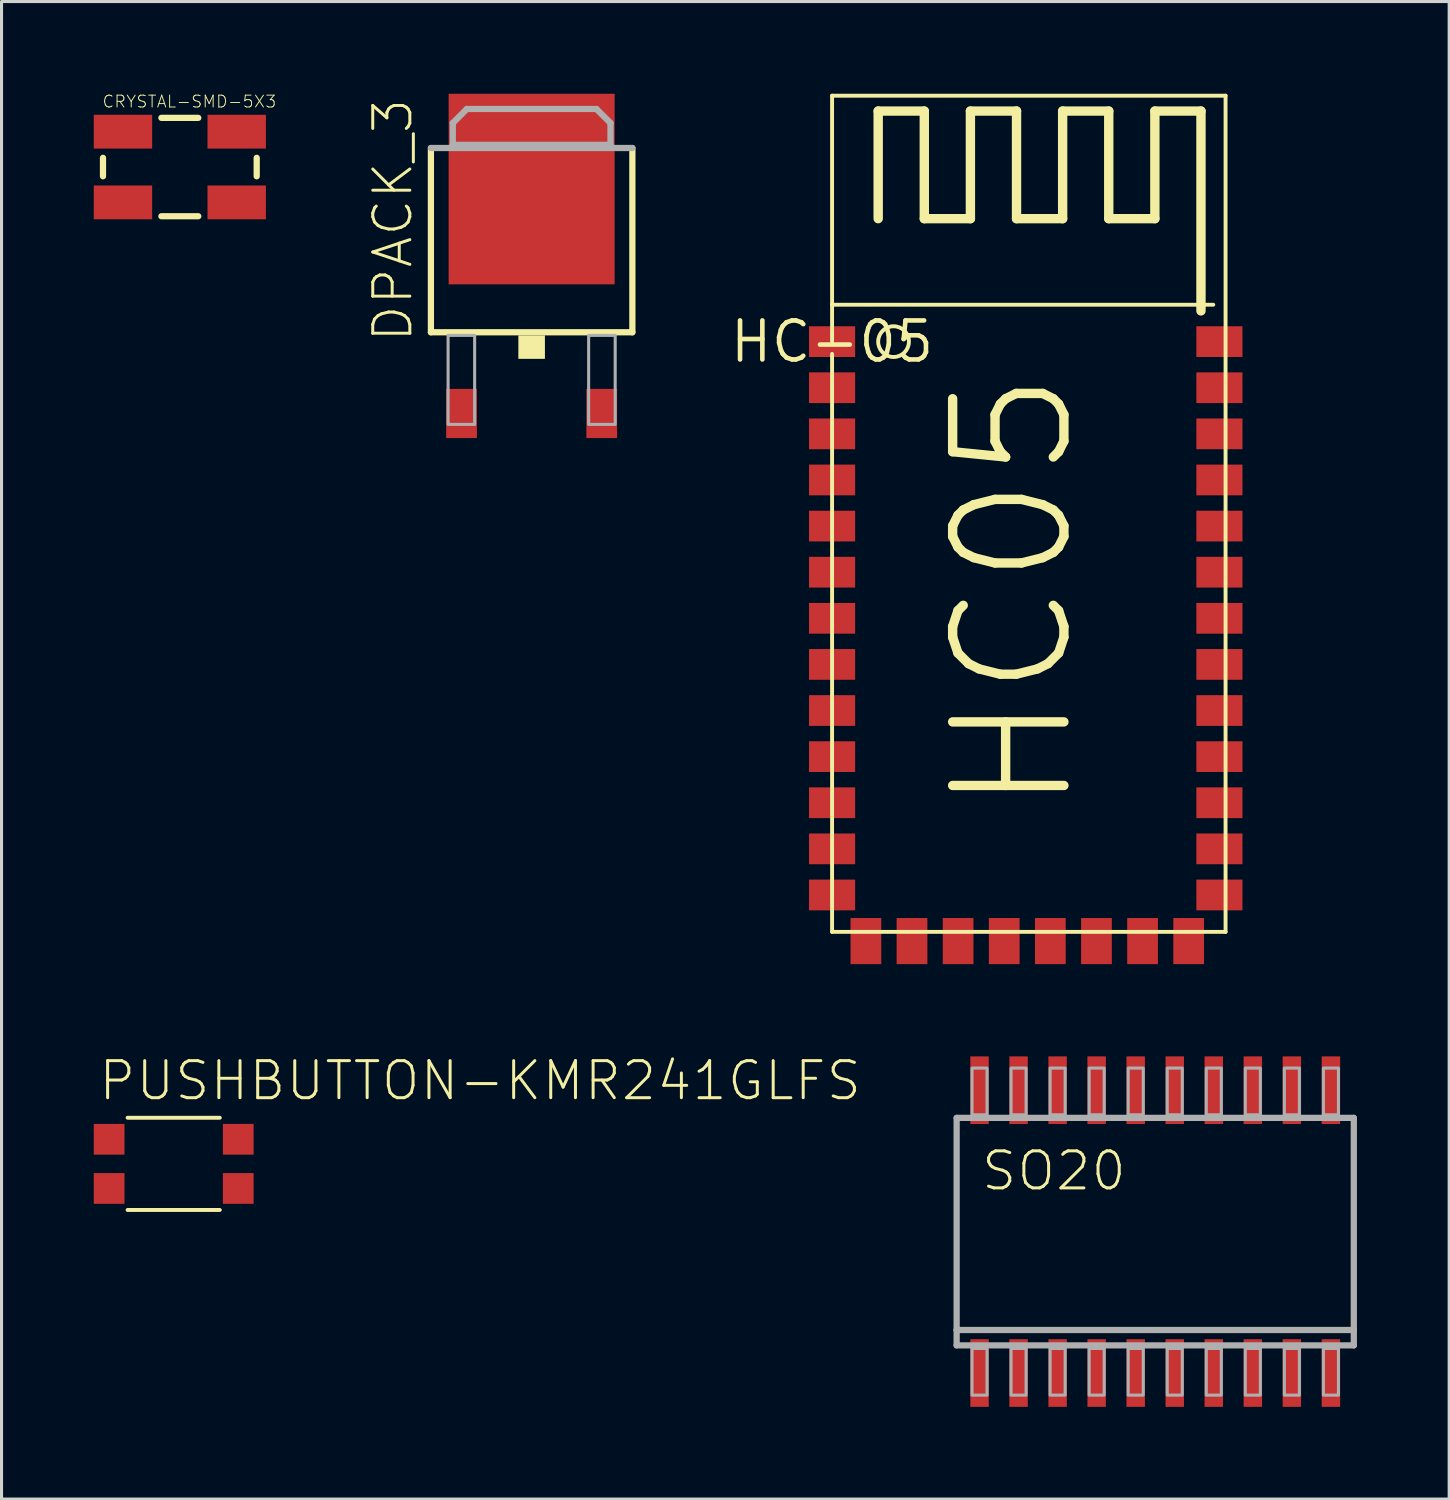
<source format=kicad_pcb>
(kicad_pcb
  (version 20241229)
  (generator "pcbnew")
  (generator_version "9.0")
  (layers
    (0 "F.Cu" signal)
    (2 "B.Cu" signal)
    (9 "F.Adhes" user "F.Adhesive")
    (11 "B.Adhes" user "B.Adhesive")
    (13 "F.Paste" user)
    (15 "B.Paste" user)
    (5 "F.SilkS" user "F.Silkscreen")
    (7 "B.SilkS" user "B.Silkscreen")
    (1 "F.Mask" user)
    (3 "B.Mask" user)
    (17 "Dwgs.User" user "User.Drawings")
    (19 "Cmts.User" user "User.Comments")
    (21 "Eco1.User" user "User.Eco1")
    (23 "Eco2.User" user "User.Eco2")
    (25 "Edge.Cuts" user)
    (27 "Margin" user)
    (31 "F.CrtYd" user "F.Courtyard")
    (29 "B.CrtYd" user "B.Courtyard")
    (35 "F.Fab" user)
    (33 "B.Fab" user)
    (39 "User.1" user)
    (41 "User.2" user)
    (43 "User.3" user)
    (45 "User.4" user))
  (footprint "DPACK_3"
    (layer "F.Cu")
    (at 14.244 5.6)
    (property "Reference" "DPACK_3" (at -3.81 2.54 90) (layer "F.SilkS") (effects (font (size 1.206 1.206) (thickness 0.097)) (justify left bottom)))
    (attr through_hole)
    (fp_line (start -3.277 2.159) (end -3.277 -3.835) (stroke (width 0.203) (type solid)) (layer "F.SilkS"))
    (fp_line (start 3.277 -3.835) (end 3.277 2.159) (stroke (width 0.203) (type solid)) (layer "F.SilkS"))
    (fp_line (start 3.277 2.159) (end -3.277 2.159) (stroke (width 0.203) (type solid)) (layer "F.SilkS"))
    (fp_poly (pts (xy -0.432 3.023) (xy 0.432 3.023) (xy 0.432 2.261) (xy -0.432 2.261)) (stroke (width 0) (type solid)) (fill yes) (layer "F.SilkS"))
    (fp_line (start -3.277 -3.835) (end 3.277 -3.835) (stroke (width 0.203) (type solid)) (layer "F.Fab"))
    (fp_line (start -2.565 -4.648) (end -2.108 -5.105) (stroke (width 0.203) (type solid)) (layer "F.Fab"))
    (fp_line (start -2.565 -3.937) (end -2.565 -4.648) (stroke (width 0.203) (type solid)) (layer "F.Fab"))
    (fp_line (start -2.108 -5.105) (end 2.108 -5.105) (stroke (width 0.203) (type solid)) (layer "F.Fab"))
    (fp_line (start 2.108 -5.105) (end 2.565 -4.648) (stroke (width 0.203) (type solid)) (layer "F.Fab"))
    (fp_line (start 2.565 -4.648) (end 2.565 -3.937) (stroke (width 0.203) (type solid)) (layer "F.Fab"))
    (fp_line (start 2.565 -3.937) (end -2.565 -3.937) (stroke (width 0.203) (type solid)) (layer "F.Fab"))
    (fp_poly (pts (xy -2.718 5.156) (xy -1.854 5.156) (xy -1.854 2.261) (xy -2.718 2.261)) (stroke (width 0.1) (type solid)) (fill no) (layer "F.Fab"))
    (fp_poly (pts (xy 1.854 5.156) (xy 2.718 5.156) (xy 2.718 2.261) (xy 1.854 2.261)) (stroke (width 0.1) (type solid)) (fill no) (layer "F.Fab"))
    (fp_poly (pts (xy -2.565 -3.937) (xy -2.565 -4.648) (xy -2.108 -5.105) (xy 2.108 -5.105) (xy 2.565 -4.648) (xy 2.565 -3.937)) (stroke (width 0.1) (type solid)) (fill no) (layer "F.Fab"))
    (pad "1" smd rect (at -2.28 4.8) (size 1 1.6) (layers "F.Cu" "F.Mask" "F.Paste"))
    (pad "3" smd rect (at 2.28 4.8) (size 1 1.6) (layers "F.Cu" "F.Mask" "F.Paste"))
    (pad "4" smd rect (at 0 -2.5) (size 5.4 6.2) (layers "F.Cu" "F.Mask" "F.Paste")))
  (footprint "HC-05"
    (layer "F.Cu")
    (at 24.017 8.063)
    (property "Reference" "HC-05" (at 0 0 0) (layer "F.SilkS") (effects (font (size 1.27 1.27) (thickness 0.15))))
    (attr through_hole)
    (fp_line (start 0 -8) (end 12.8 -8) (stroke (width 0.127) (type solid)) (layer "F.SilkS"))
    (fp_line (start 0 -1.2) (end 0 -8) (stroke (width 0.127) (type solid)) (layer "F.SilkS"))
    (fp_line (start 0 -1.2) (end 12.4 -1.2) (stroke (width 0.127) (type solid)) (layer "F.SilkS"))
    (fp_line (start 0 0) (end 0 -1.2) (stroke (width 0.127) (type solid)) (layer "F.SilkS"))
    (fp_line (start 0 19.2) (end 0 0.4) (stroke (width 0.127) (type solid)) (layer "F.SilkS"))
    (fp_line (start 1.5 -7.5) (end 1.5 -4) (stroke (width 0.305) (type solid)) (layer "F.SilkS"))
    (fp_line (start 3 -7.5) (end 1.5 -7.5) (stroke (width 0.305) (type solid)) (layer "F.SilkS"))
    (fp_line (start 3 -4) (end 3 -7.5) (stroke (width 0.305) (type solid)) (layer "F.SilkS"))
    (fp_line (start 4.5 -7.5) (end 4.5 -4) (stroke (width 0.305) (type solid)) (layer "F.SilkS"))
    (fp_line (start 4.5 -4) (end 3 -4) (stroke (width 0.305) (type solid)) (layer "F.SilkS"))
    (fp_line (start 6 -7.5) (end 4.5 -7.5) (stroke (width 0.305) (type solid)) (layer "F.SilkS"))
    (fp_line (start 6 -4) (end 6 -7.5) (stroke (width 0.305) (type solid)) (layer "F.SilkS"))
    (fp_line (start 7.5 -7.5) (end 7.5 -4) (stroke (width 0.305) (type solid)) (layer "F.SilkS"))
    (fp_line (start 7.5 -4) (end 6 -4) (stroke (width 0.305) (type solid)) (layer "F.SilkS"))
    (fp_line (start 9 -7.5) (end 7.5 -7.5) (stroke (width 0.305) (type solid)) (layer "F.SilkS"))
    (fp_line (start 9 -4) (end 9 -7.5) (stroke (width 0.305) (type solid)) (layer "F.SilkS"))
    (fp_line (start 10.5 -7.5) (end 10.5 -4) (stroke (width 0.305) (type solid)) (layer "F.SilkS"))
    (fp_line (start 10.5 -4) (end 9 -4) (stroke (width 0.305) (type solid)) (layer "F.SilkS"))
    (fp_line (start 12 -7.5) (end 10.5 -7.5) (stroke (width 0.305) (type solid)) (layer "F.SilkS"))
    (fp_line (start 12 -1) (end 12 -7.5) (stroke (width 0.305) (type solid)) (layer "F.SilkS"))
    (fp_line (start 12.8 -8) (end 12.8 19.2) (stroke (width 0.127) (type solid)) (layer "F.SilkS"))
    (fp_line (start 12.8 19.2) (end 0 19.2) (stroke (width 0.127) (type solid)) (layer "F.SilkS"))
    (fp_circle (center 2 0) (end 2.5 0) (stroke (width 0.127) (type solid)) (fill no) (layer "F.SilkS"))
    (fp_text user "HC05" (at 8 15.5 90) (layer "F.SilkS") (effects (font (size 3.619 3.619) (thickness 0.305)) (justify left bottom)))
    (pad "3.3" smd rect (at 0 16.5) (size 1.5 1) (layers "F.Cu" "F.Mask" "F.Paste"))
    (pad "GND" smd rect (at 0 18) (size 1.5 1) (layers "F.Cu" "F.Mask" "F.Paste"))
    (pad "KEY" smd rect (at 12.6 0) (size 1.5 1) (layers "F.Cu" "F.Mask" "F.Paste"))
    (pad "P$3" smd rect (at 0 3) (size 1.5 1) (layers "F.Cu" "F.Mask" "F.Paste"))
    (pad "P$4" smd rect (at 0 4.5) (size 1.5 1) (layers "F.Cu" "F.Mask" "F.Paste"))
    (pad "P$5" smd rect (at 0 6) (size 1.5 1) (layers "F.Cu" "F.Mask" "F.Paste"))
    (pad "P$6" smd rect (at 0 7.5) (size 1.5 1) (layers "F.Cu" "F.Mask" "F.Paste"))
    (pad "P$7" smd rect (at 0 9) (size 1.5 1) (layers "F.Cu" "F.Mask" "F.Paste"))
    (pad "P$8" smd rect (at 0 10.5) (size 1.5 1) (layers "F.Cu" "F.Mask" "F.Paste"))
    (pad "P$9" smd rect (at 0 12) (size 1.5 1) (layers "F.Cu" "F.Mask" "F.Paste"))
    (pad "P$10" smd rect (at 0 13.5) (size 1.5 1) (layers "F.Cu" "F.Mask" "F.Paste"))
    (pad "P$11" smd rect (at 0 15) (size 1.5 1) (layers "F.Cu" "F.Mask" "F.Paste"))
    (pad "P$14" smd rect (at 1.1 19.5 90) (size 1.5 1) (layers "F.Cu" "F.Mask" "F.Paste"))
    (pad "P$15" smd rect (at 2.6 19.5 90) (size 1.5 1) (layers "F.Cu" "F.Mask" "F.Paste"))
    (pad "P$16" smd rect (at 4.1 19.5 90) (size 1.5 1) (layers "F.Cu" "F.Mask" "F.Paste"))
    (pad "P$17" smd rect (at 5.6 19.5 90) (size 1.5 1) (layers "F.Cu" "F.Mask" "F.Paste"))
    (pad "P$18" smd rect (at 7.1 19.5 90) (size 1.5 1) (layers "F.Cu" "F.Mask" "F.Paste"))
    (pad "P$19" smd rect (at 8.6 19.5 90) (size 1.5 1) (layers "F.Cu" "F.Mask" "F.Paste"))
    (pad "P$20" smd rect (at 10.1 19.5 90) (size 1.5 1) (layers "F.Cu" "F.Mask" "F.Paste"))
    (pad "P$21" smd rect (at 11.6 19.5 90) (size 1.5 1) (layers "F.Cu" "F.Mask" "F.Paste"))
    (pad "P$23" smd rect (at 12.6 1.5) (size 1.5 1) (layers "F.Cu" "F.Mask" "F.Paste"))
    (pad "P$24" smd rect (at 12.6 3) (size 1.5 1) (layers "F.Cu" "F.Mask" "F.Paste"))
    (pad "P$25" smd rect (at 12.6 4.5) (size 1.5 1) (layers "F.Cu" "F.Mask" "F.Paste"))
    (pad "P$26" smd rect (at 12.6 6) (size 1.5 1) (layers "F.Cu" "F.Mask" "F.Paste"))
    (pad "P$27" smd rect (at 12.6 7.5) (size 1.5 1) (layers "F.Cu" "F.Mask" "F.Paste"))
    (pad "P$28" smd rect (at 12.6 9) (size 1.5 1) (layers "F.Cu" "F.Mask" "F.Paste"))
    (pad "P$29" smd rect (at 12.6 10.5) (size 1.5 1) (layers "F.Cu" "F.Mask" "F.Paste"))
    (pad "P$30" smd rect (at 12.6 12) (size 1.5 1) (layers "F.Cu" "F.Mask" "F.Paste"))
    (pad "P$31" smd rect (at 12.6 13.5) (size 1.5 1) (layers "F.Cu" "F.Mask" "F.Paste"))
    (pad "P$32" smd rect (at 12.6 15) (size 1.5 1) (layers "F.Cu" "F.Mask" "F.Paste"))
    (pad "P$33" smd rect (at 12.6 16.5) (size 1.5 1) (layers "F.Cu" "F.Mask" "F.Paste"))
    (pad "P$34" smd rect (at 12.6 18) (size 1.5 1) (layers "F.Cu" "F.Mask" "F.Paste"))
    (pad "RX" smd rect (at 0 1.5) (size 1.5 1) (layers "F.Cu" "F.Mask" "F.Paste"))
    (pad "TX" smd rect (at 0 0) (size 1.5 1) (layers "F.Cu" "F.Mask" "F.Paste")))
  (footprint "SO20"
    (layer "F.Cu")
    (at 34.529 37.014)
    (property "Reference" "SO20" (at -5.715 -1.27 180) (layer "F.SilkS") (effects (font (size 1.206 1.206) (thickness 0.097)) (justify left bottom)))
    (attr through_hole)
    (fp_line (start -6.46 -3.7) (end 6.46 -3.7) (stroke (width 0.203) (type solid)) (layer "F.Fab"))
    (fp_line (start -6.46 3.2) (end -6.46 -3.7) (stroke (width 0.203) (type solid)) (layer "F.Fab"))
    (fp_line (start -6.46 3.7) (end -6.46 3.2) (stroke (width 0.203) (type solid)) (layer "F.Fab"))
    (fp_line (start 6.46 -3.7) (end 6.46 3.2) (stroke (width 0.203) (type solid)) (layer "F.Fab"))
    (fp_line (start 6.46 3.2) (end -6.46 3.2) (stroke (width 0.203) (type solid)) (layer "F.Fab"))
    (fp_line (start 6.46 3.2) (end 6.46 3.7) (stroke (width 0.203) (type solid)) (layer "F.Fab"))
    (fp_line (start 6.46 3.7) (end -6.46 3.7) (stroke (width 0.203) (type solid)) (layer "F.Fab"))
    (fp_poly (pts (xy -5.96 -3.8) (xy -5.47 -3.8) (xy -5.47 -5.32) (xy -5.96 -5.32)) (stroke (width 0.1) (type solid)) (fill no) (layer "F.Fab"))
    (fp_poly (pts (xy -5.96 5.32) (xy -5.47 5.32) (xy -5.47 3.8) (xy -5.96 3.8)) (stroke (width 0.1) (type solid)) (fill no) (layer "F.Fab"))
    (fp_poly (pts (xy -4.69 -3.8) (xy -4.2 -3.8) (xy -4.2 -5.32) (xy -4.69 -5.32)) (stroke (width 0.1) (type solid)) (fill no) (layer "F.Fab"))
    (fp_poly (pts (xy -4.69 5.32) (xy -4.2 5.32) (xy -4.2 3.8) (xy -4.69 3.8)) (stroke (width 0.1) (type solid)) (fill no) (layer "F.Fab"))
    (fp_poly (pts (xy -3.42 -3.8) (xy -2.93 -3.8) (xy -2.93 -5.32) (xy -3.42 -5.32)) (stroke (width 0.1) (type solid)) (fill no) (layer "F.Fab"))
    (fp_poly (pts (xy -3.42 5.32) (xy -2.93 5.32) (xy -2.93 3.8) (xy -3.42 3.8)) (stroke (width 0.1) (type solid)) (fill no) (layer "F.Fab"))
    (fp_poly (pts (xy -2.15 -3.8) (xy -1.66 -3.8) (xy -1.66 -5.32) (xy -2.15 -5.32)) (stroke (width 0.1) (type solid)) (fill no) (layer "F.Fab"))
    (fp_poly (pts (xy -2.15 5.32) (xy -1.66 5.32) (xy -1.66 3.8) (xy -2.15 3.8)) (stroke (width 0.1) (type solid)) (fill no) (layer "F.Fab"))
    (fp_poly (pts (xy -0.88 -3.8) (xy -0.39 -3.8) (xy -0.39 -5.32) (xy -0.88 -5.32)) (stroke (width 0.1) (type solid)) (fill no) (layer "F.Fab"))
    (fp_poly (pts (xy -0.88 5.32) (xy -0.39 5.32) (xy -0.39 3.8) (xy -0.88 3.8)) (stroke (width 0.1) (type solid)) (fill no) (layer "F.Fab"))
    (fp_poly (pts (xy 0.39 -3.8) (xy 0.88 -3.8) (xy 0.88 -5.32) (xy 0.39 -5.32)) (stroke (width 0.1) (type solid)) (fill no) (layer "F.Fab"))
    (fp_poly (pts (xy 0.39 5.32) (xy 0.88 5.32) (xy 0.88 3.8) (xy 0.39 3.8)) (stroke (width 0.1) (type solid)) (fill no) (layer "F.Fab"))
    (fp_poly (pts (xy 1.66 -3.8) (xy 2.15 -3.8) (xy 2.15 -5.32) (xy 1.66 -5.32)) (stroke (width 0.1) (type solid)) (fill no) (layer "F.Fab"))
    (fp_poly (pts (xy 1.66 5.32) (xy 2.15 5.32) (xy 2.15 3.8) (xy 1.66 3.8)) (stroke (width 0.1) (type solid)) (fill no) (layer "F.Fab"))
    (fp_poly (pts (xy 2.93 -3.8) (xy 3.42 -3.8) (xy 3.42 -5.32) (xy 2.93 -5.32)) (stroke (width 0.1) (type solid)) (fill no) (layer "F.Fab"))
    (fp_poly (pts (xy 2.93 5.32) (xy 3.42 5.32) (xy 3.42 3.8) (xy 2.93 3.8)) (stroke (width 0.1) (type solid)) (fill no) (layer "F.Fab"))
    (fp_poly (pts (xy 4.2 -3.8) (xy 4.69 -3.8) (xy 4.69 -5.32) (xy 4.2 -5.32)) (stroke (width 0.1) (type solid)) (fill no) (layer "F.Fab"))
    (fp_poly (pts (xy 4.2 5.32) (xy 4.69 5.32) (xy 4.69 3.8) (xy 4.2 3.8)) (stroke (width 0.1) (type solid)) (fill no) (layer "F.Fab"))
    (fp_poly (pts (xy 5.47 -3.8) (xy 5.96 -3.8) (xy 5.96 -5.32) (xy 5.47 -5.32)) (stroke (width 0.1) (type solid)) (fill no) (layer "F.Fab"))
    (fp_poly (pts (xy 5.47 5.32) (xy 5.96 5.32) (xy 5.96 3.8) (xy 5.47 3.8)) (stroke (width 0.1) (type solid)) (fill no) (layer "F.Fab"))
    (pad "1" smd rect (at -5.715 4.6) (size 0.6 2.2) (layers "F.Cu" "F.Mask" "F.Paste"))
    (pad "2" smd rect (at -4.445 4.6) (size 0.6 2.2) (layers "F.Cu" "F.Mask" "F.Paste"))
    (pad "3" smd rect (at -3.175 4.6) (size 0.6 2.2) (layers "F.Cu" "F.Mask" "F.Paste"))
    (pad "4" smd rect (at -1.905 4.6) (size 0.6 2.2) (layers "F.Cu" "F.Mask" "F.Paste"))
    (pad "5" smd rect (at -0.635 4.6) (size 0.6 2.2) (layers "F.Cu" "F.Mask" "F.Paste"))
    (pad "6" smd rect (at 0.635 4.6) (size 0.6 2.2) (layers "F.Cu" "F.Mask" "F.Paste"))
    (pad "7" smd rect (at 1.905 4.6) (size 0.6 2.2) (layers "F.Cu" "F.Mask" "F.Paste"))
    (pad "8" smd rect (at 3.175 4.6) (size 0.6 2.2) (layers "F.Cu" "F.Mask" "F.Paste"))
    (pad "9" smd rect (at 4.445 4.6) (size 0.6 2.2) (layers "F.Cu" "F.Mask" "F.Paste"))
    (pad "10" smd rect (at 5.715 4.6) (size 0.6 2.2) (layers "F.Cu" "F.Mask" "F.Paste"))
    (pad "11" smd rect (at 5.715 -4.6) (size 0.6 2.2) (layers "F.Cu" "F.Mask" "F.Paste"))
    (pad "12" smd rect (at 4.445 -4.6) (size 0.6 2.2) (layers "F.Cu" "F.Mask" "F.Paste"))
    (pad "13" smd rect (at 3.175 -4.6) (size 0.6 2.2) (layers "F.Cu" "F.Mask" "F.Paste"))
    (pad "14" smd rect (at 1.905 -4.6) (size 0.6 2.2) (layers "F.Cu" "F.Mask" "F.Paste"))
    (pad "15" smd rect (at 0.635 -4.6) (size 0.6 2.2) (layers "F.Cu" "F.Mask" "F.Paste"))
    (pad "16" smd rect (at -0.635 -4.6) (size 0.6 2.2) (layers "F.Cu" "F.Mask" "F.Paste"))
    (pad "17" smd rect (at -1.905 -4.6) (size 0.6 2.2) (layers "F.Cu" "F.Mask" "F.Paste"))
    (pad "18" smd rect (at -3.175 -4.6) (size 0.6 2.2) (layers "F.Cu" "F.Mask" "F.Paste"))
    (pad "19" smd rect (at -4.445 -4.6) (size 0.6 2.2) (layers "F.Cu" "F.Mask" "F.Paste"))
    (pad "20" smd rect (at -5.715 -4.6) (size 0.6 2.2) (layers "F.Cu" "F.Mask" "F.Paste")))
  (footprint "PUSHBUTTON-KMR241GLFS"
    (layer "F.Cu")
    (at 2.6 34.81)
    (property "Reference" "PUSHBUTTON-KMR241GLFS" (at -2.5 -2 0) (layer "F.SilkS") (effects (font (size 1.206 1.206) (thickness 0.097)) (justify left bottom)))
    (attr through_hole)
    (fp_line (start -1.5 -1.5) (end 1.5 -1.5) (stroke (width 0.127) (type solid)) (layer "F.SilkS"))
    (fp_line (start -1.5 1.5) (end 1.5 1.5) (stroke (width 0.127) (type solid)) (layer "F.SilkS"))
    (pad "P$1" smd rect (at 2.1 -0.8) (size 1 1) (layers "F.Cu" "F.Mask" "F.Paste"))
    (pad "P$2" smd rect (at 2.1 0.8) (size 1 1) (layers "F.Cu" "F.Mask" "F.Paste"))
    (pad "P$3" smd rect (at -2.1 -0.8) (size 1 1) (layers "F.Cu" "F.Mask" "F.Paste"))
    (pad "P$4" smd rect (at -2.1 0.8) (size 1 1) (layers "F.Cu" "F.Mask" "F.Paste")))
  (footprint "CRYSTAL-SMD-5X3"
    (layer "F.Cu")
    (at 2.8 2.384)
    (property "Reference" "CRYSTAL-SMD-5X3" (at -2.54 -1.905 180) (layer "F.SilkS") (effects (font (size 0.386 0.386) (thickness 0.031)) (justify left bottom)))
    (attr through_hole)
    (fp_line (start -2.5 -0.3) (end -2.5 0.3) (stroke (width 0.203) (type solid)) (layer "F.SilkS"))
    (fp_line (start -0.6 -1.6) (end 0.6 -1.6) (stroke (width 0.203) (type solid)) (layer "F.SilkS"))
    (fp_line (start 0.6 1.6) (end -0.6 1.6) (stroke (width 0.203) (type solid)) (layer "F.SilkS"))
    (fp_line (start 2.5 -0.3) (end 2.5 0.3) (stroke (width 0.203) (type solid)) (layer "F.SilkS"))
    (pad "1" smd rect (at -1.85 1.15) (size 1.9 1.1) (layers "F.Cu" "F.Mask" "F.Paste"))
    (pad "2" smd rect (at 1.85 1.15) (size 1.9 1.1) (layers "F.Cu" "F.Mask" "F.Paste"))
    (pad "3" smd rect (at 1.85 -1.15) (size 1.9 1.1) (layers "F.Cu" "F.Mask" "F.Paste"))
    (pad "4" smd rect (at -1.85 -1.15) (size 1.9 1.1) (layers "F.Cu" "F.Mask" "F.Paste")))
  (gr_rect
    (start -3 -3)
    (end 44.091 45.714)
    (stroke (width 0.1) (type default))
    (fill no)
    (layer "Edge.Cuts")))
</source>
